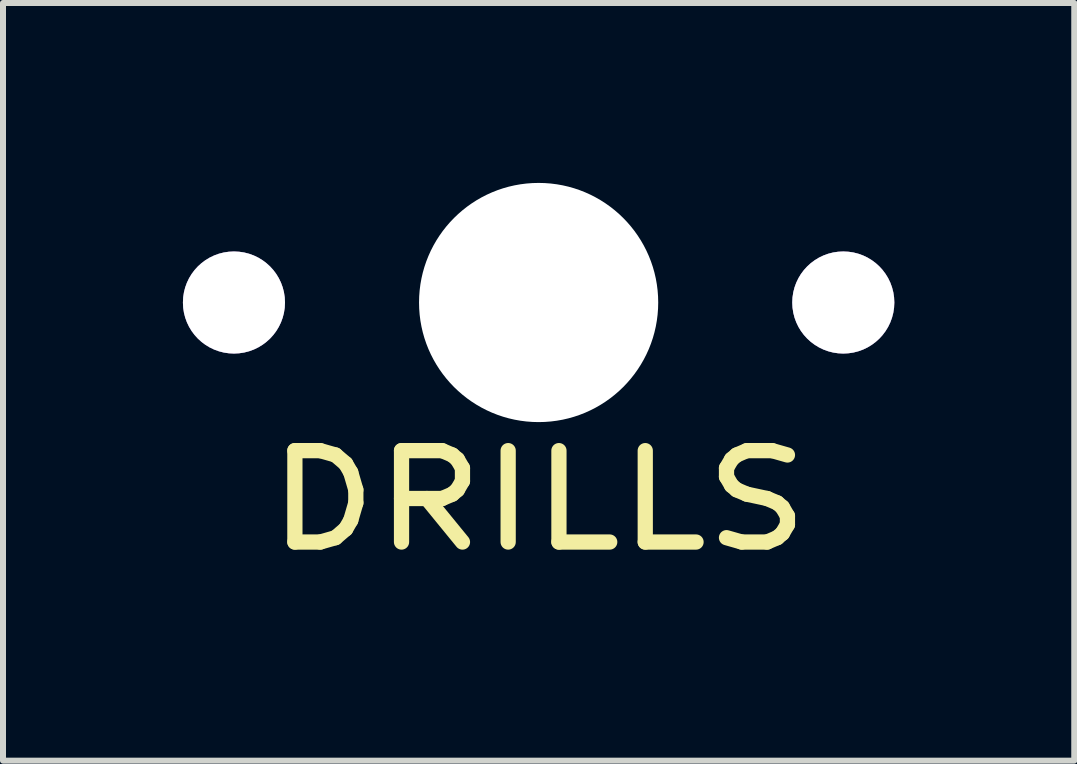
<source format=kicad_pcb>
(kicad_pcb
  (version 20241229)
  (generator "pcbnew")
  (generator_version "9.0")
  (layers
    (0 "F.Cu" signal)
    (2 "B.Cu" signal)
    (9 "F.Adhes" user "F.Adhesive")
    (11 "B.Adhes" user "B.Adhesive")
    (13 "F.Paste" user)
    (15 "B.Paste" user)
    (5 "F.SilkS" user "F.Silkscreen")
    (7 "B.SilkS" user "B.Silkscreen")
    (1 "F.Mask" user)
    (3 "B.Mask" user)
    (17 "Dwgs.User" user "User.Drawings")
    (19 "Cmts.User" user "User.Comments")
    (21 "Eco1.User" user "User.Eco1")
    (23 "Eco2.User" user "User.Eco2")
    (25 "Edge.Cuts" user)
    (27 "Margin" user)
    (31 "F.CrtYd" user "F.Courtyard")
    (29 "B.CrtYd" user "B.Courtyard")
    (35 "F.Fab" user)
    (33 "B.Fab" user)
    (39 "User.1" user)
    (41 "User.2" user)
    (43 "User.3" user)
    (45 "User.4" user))
  (footprint "DRILLS"
    (layer "F.Cu")
    (at 5.931 1.994)
    (property "Reference" "DRILLS" (at 0 3.302 0) (layer "F.SilkS") (effects (font (size 1.524 1.778) (thickness 0.254))))
    (attr through_hole)
    (pad "" np_thru_hole circle (at 0 0) (size 3.988 3.988) (drill 3.988) (layers "*.Cu"))
    (pad "0" thru_hole circle (at -5.08 0) (size 1.702 1.702) (drill 1.702) (layers "*.Cu"))
    (pad "0" thru_hole circle (at 5.08 0) (size 1.702 1.702) (drill 1.702) (layers "*.Cu")))
  (gr_rect
    (start -3 -3)
    (end 14.862 9.633)
    (stroke (width 0.1) (type default))
    (fill no)
    (layer "Edge.Cuts")))
</source>
